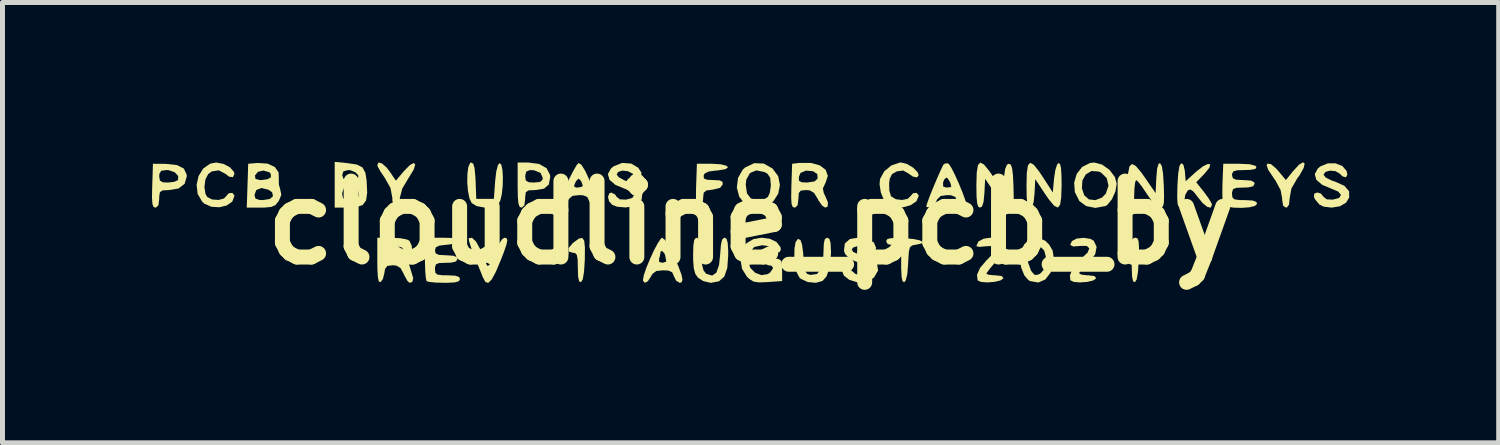
<source format=kicad_pcb>
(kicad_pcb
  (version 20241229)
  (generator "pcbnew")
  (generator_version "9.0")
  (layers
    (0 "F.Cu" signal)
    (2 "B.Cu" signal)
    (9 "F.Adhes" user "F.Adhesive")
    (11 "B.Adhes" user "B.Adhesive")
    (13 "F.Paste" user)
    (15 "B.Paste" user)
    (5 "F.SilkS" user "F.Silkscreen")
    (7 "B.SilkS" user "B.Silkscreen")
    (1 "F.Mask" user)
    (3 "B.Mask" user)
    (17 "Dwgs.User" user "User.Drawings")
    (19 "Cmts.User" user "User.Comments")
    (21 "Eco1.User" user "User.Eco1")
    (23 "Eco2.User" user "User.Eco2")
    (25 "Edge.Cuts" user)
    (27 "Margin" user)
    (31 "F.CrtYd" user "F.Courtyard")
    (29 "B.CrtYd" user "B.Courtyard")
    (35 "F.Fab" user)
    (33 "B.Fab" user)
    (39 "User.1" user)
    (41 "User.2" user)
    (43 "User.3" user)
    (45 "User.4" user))
  (footprint "cloudline_pcb_by"
    (layer "F.Cu")
    (at 12.015 1.418)
    (property "Reference" "cloudline_pcb_by" (at 0 0 0) (layer "F.SilkS") (effects (font (size 1.524 1.524) (thickness 0.3))))
    (attr through_hole)
    (fp_poly (pts (xy -3.343 0.359) (xy -3.328 0.494) (xy -3.33 0.719) (xy -3.33 0.738) (xy -3.346 0.988) (xy -3.372 1.14) (xy -3.408 1.195) (xy -3.445 1.176) (xy -3.465 1.081) (xy -3.47 0.91) (xy -3.474 0.74) (xy -3.49 0.647) (xy -3.525 0.61) (xy -3.571 0.604) (xy -3.656 0.579) (xy -3.657 0.511) (xy -3.574 0.413) (xy -3.559 0.4) (xy -3.452 0.321) (xy -3.383 0.305)) (stroke (width 0) (type solid)) (fill yes) (layer "F.SilkS"))
    (fp_poly (pts (xy 7.76 0.317) (xy 7.782 0.374) (xy 7.79 0.492) (xy 7.787 0.688) (xy 7.785 0.738) (xy 7.77 0.988) (xy 7.743 1.14) (xy 7.708 1.195) (xy 7.671 1.176) (xy 7.651 1.081) (xy 7.645 0.91) (xy 7.642 0.74) (xy 7.626 0.647) (xy 7.59 0.61) (xy 7.545 0.604) (xy 7.463 0.574) (xy 7.444 0.532) (xy 7.486 0.46) (xy 7.545 0.428) (xy 7.626 0.382) (xy 7.645 0.349) (xy 7.686 0.307) (xy 7.723 0.302)) (stroke (width 0) (type solid)) (fill yes) (layer "F.SilkS"))
    (fp_poly (pts (xy 11.114 -1.186) (xy 11.094 -1.097) (xy 11.014 -0.954) (xy 10.963 -0.884) (xy 10.848 -0.685) (xy 10.814 -0.494) (xy 10.8 -0.358) (xy 10.755 -0.304) (xy 10.738 -0.302) (xy 10.683 -0.339) (xy 10.663 -0.458) (xy 10.663 -0.484) (xy 10.632 -0.653) (xy 10.53 -0.843) (xy 10.485 -0.907) (xy 10.384 -1.06) (xy 10.351 -1.151) (xy 10.368 -1.186) (xy 10.439 -1.174) (xy 10.543 -1.085) (xy 10.584 -1.039) (xy 10.738 -0.855) (xy 10.879 -1.031) (xy 11.001 -1.163) (xy 11.082 -1.211)) (stroke (width 0) (type solid)) (fill yes) (layer "F.SilkS"))
    (fp_poly (pts (xy -7.399 -1.188) (xy -7.308 -1.107) (xy -7.245 -1.025) (xy -7.121 -0.843) (xy -6.962 -1.032) (xy -6.839 -1.157) (xy -6.761 -1.198) (xy -6.733 -1.164) (xy -6.764 -1.064) (xy -6.86 -0.906) (xy -6.864 -0.901) (xy -6.992 -0.686) (xy -7.041 -0.503) (xy -7.042 -0.478) (xy -7.058 -0.348) (xy -7.11 -0.302) (xy -7.117 -0.302) (xy -7.17 -0.336) (xy -7.192 -0.45) (xy -7.192 -0.495) (xy -7.23 -0.696) (xy -7.343 -0.897) (xy -7.43 -1.026) (xy -7.485 -1.125) (xy -7.494 -1.156) (xy -7.468 -1.208)) (stroke (width 0) (type solid)) (fill yes) (layer "F.SilkS"))
    (fp_poly (pts (xy 3.081 0.312) (xy 3.266 0.328) (xy 3.392 0.355) (xy 3.449 0.387) (xy 3.427 0.418) (xy 3.316 0.442) (xy 3.309 0.443) (xy 3.238 0.457) (xy 3.196 0.491) (xy 3.174 0.57) (xy 3.163 0.716) (xy 3.158 0.816) (xy 3.141 1.032) (xy 3.109 1.16) (xy 3.081 1.195) (xy 3.047 1.178) (xy 3.027 1.09) (xy 3.018 0.92) (xy 3.018 0.834) (xy 3.018 0.453) (xy 2.867 0.453) (xy 2.749 0.431) (xy 2.716 0.375) (xy 2.733 0.335) (xy 2.795 0.313) (xy 2.923 0.308)) (stroke (width 0) (type solid)) (fill yes) (layer "F.SilkS"))
    (fp_poly (pts (xy -5.569 -1.182) (xy -5.543 -1.096) (xy -5.527 -0.933) (xy -5.522 -0.842) (xy -5.508 -0.478) (xy -5.155 -0.478) (xy -5.13 -0.826) (xy -5.107 -1.027) (xy -5.073 -1.155) (xy -5.042 -1.195) (xy -5.006 -1.164) (xy -4.983 -1.06) (xy -4.974 -0.91) (xy -4.978 -0.74) (xy -4.995 -0.576) (xy -5.025 -0.446) (xy -5.058 -0.381) (xy -5.181 -0.319) (xy -5.345 -0.303) (xy -5.504 -0.334) (xy -5.6 -0.394) (xy -5.645 -0.488) (xy -5.675 -0.635) (xy -5.689 -0.807) (xy -5.686 -0.977) (xy -5.668 -1.116) (xy -5.632 -1.197) (xy -5.61 -1.207)) (stroke (width 0) (type solid)) (fill yes) (layer "F.SilkS"))
    (fp_poly (pts (xy -4.901 0.311) (xy -4.885 0.352) (xy -4.902 0.439) (xy -4.954 0.591) (xy -5.012 0.741) (xy -5.116 0.988) (xy -5.199 1.141) (xy -5.267 1.208) (xy -5.324 1.191) (xy -5.376 1.097) (xy -5.377 1.094) (xy -5.418 0.99) (xy -5.483 0.829) (xy -5.552 0.658) (xy -5.614 0.495) (xy -5.653 0.371) (xy -5.661 0.313) (xy -5.661 0.312) (xy -5.594 0.303) (xy -5.514 0.378) (xy -5.433 0.525) (xy -5.409 0.586) (xy -5.35 0.733) (xy -5.301 0.84) (xy -5.282 0.87) (xy -5.247 0.849) (xy -5.193 0.753) (xy -5.131 0.606) (xy -5.062 0.447) (xy -4.995 0.338) (xy -4.948 0.302)) (stroke (width 0) (type solid)) (fill yes) (layer "F.SilkS"))
    (fp_poly (pts (xy 5.677 -1.163) (xy 5.781 -1.034) (xy 5.867 -0.906) (xy 6.061 -0.606) (xy 6.086 -0.89) (xy 6.111 -1.056) (xy 6.147 -1.166) (xy 6.174 -1.195) (xy 6.205 -1.179) (xy 6.225 -1.096) (xy 6.235 -0.936) (xy 6.237 -0.759) (xy 6.23 -0.51) (xy 6.207 -0.359) (xy 6.161 -0.303) (xy 6.088 -0.339) (xy 5.983 -0.464) (xy 5.898 -0.587) (xy 5.709 -0.873) (xy 5.694 -0.587) (xy 5.676 -0.412) (xy 5.645 -0.322) (xy 5.606 -0.302) (xy 5.57 -0.321) (xy 5.547 -0.391) (xy 5.536 -0.528) (xy 5.533 -0.748) (xy 5.533 -0.754) (xy 5.539 -1) (xy 5.561 -1.149) (xy 5.606 -1.202)) (stroke (width 0) (type solid)) (fill yes) (layer "F.SilkS"))
    (fp_poly (pts (xy -0.6 -1.171) (xy -0.489 -1.143) (xy -0.457 -1.108) (xy -0.51 -1.073) (xy -0.655 -1.049) (xy -0.688 -1.047) (xy -0.846 -1.026) (xy -0.926 -0.986) (xy -0.946 -0.943) (xy -0.939 -0.886) (xy -0.875 -0.861) (xy -0.754 -0.855) (xy -0.621 -0.848) (xy -0.566 -0.818) (xy -0.563 -0.767) (xy -0.616 -0.698) (xy -0.752 -0.665) (xy -0.767 -0.663) (xy -0.891 -0.646) (xy -0.944 -0.601) (xy -0.956 -0.499) (xy -0.956 -0.475) (xy -0.972 -0.347) (xy -1.024 -0.302) (xy -1.033 -0.302) (xy -1.07 -0.317) (xy -1.092 -0.374) (xy -1.1 -0.491) (xy -1.098 -0.687) (xy -1.096 -0.742) (xy -1.081 -1.182) (xy -0.784 -1.182)) (stroke (width 0) (type solid)) (fill yes) (layer "F.SilkS"))
    (fp_poly (pts (xy 4.677 -1.169) (xy 4.783 -1.041) (xy 4.866 -0.921) (xy 5.055 -0.636) (xy 5.08 -0.909) (xy 5.105 -1.08) (xy 5.143 -1.166) (xy 5.181 -1.182) (xy 5.219 -1.162) (xy 5.244 -1.091) (xy 5.261 -0.953) (xy 5.271 -0.742) (xy 5.276 -0.53) (xy 5.272 -0.4) (xy 5.256 -0.331) (xy 5.223 -0.305) (xy 5.19 -0.302) (xy 5.103 -0.346) (xy 4.986 -0.471) (xy 4.899 -0.591) (xy 4.703 -0.88) (xy 4.688 -0.591) (xy 4.671 -0.415) (xy 4.64 -0.324) (xy 4.6 -0.302) (xy 4.564 -0.321) (xy 4.542 -0.391) (xy 4.53 -0.528) (xy 4.527 -0.748) (xy 4.527 -0.754) (xy 4.534 -1.001) (xy 4.557 -1.151) (xy 4.603 -1.206)) (stroke (width 0) (type solid)) (fill yes) (layer "F.SilkS"))
    (fp_poly (pts (xy 7.05 -1.165) (xy 7.199 -1.059) (xy 7.306 -0.917) (xy 7.343 -0.781) (xy 7.316 -0.624) (xy 7.247 -0.47) (xy 7.157 -0.359) (xy 7.115 -0.333) (xy 6.914 -0.296) (xy 6.728 -0.334) (xy 6.593 -0.434) (xy 6.503 -0.613) (xy 6.497 -0.69) (xy 6.645 -0.69) (xy 6.691 -0.55) (xy 6.784 -0.467) (xy 6.914 -0.452) (xy 7.045 -0.502) (xy 7.124 -0.582) (xy 7.178 -0.741) (xy 7.144 -0.891) (xy 7.032 -1.003) (xy 6.979 -1.027) (xy 6.835 -1.036) (xy 6.722 -0.968) (xy 6.654 -0.845) (xy 6.645 -0.69) (xy 6.497 -0.69) (xy 6.489 -0.802) (xy 6.54 -0.978) (xy 6.649 -1.118) (xy 6.805 -1.197) (xy 6.892 -1.207)) (stroke (width 0) (type solid)) (fill yes) (layer "F.SilkS"))
    (fp_poly (pts (xy -10.58 -1.179) (xy -10.45 -1.11) (xy -10.371 -1.02) (xy -10.361 -0.978) (xy -10.391 -0.913) (xy -10.468 -0.923) (xy -10.544 -0.981) (xy -10.675 -1.05) (xy -10.815 -1.028) (xy -10.886 -0.977) (xy -10.944 -0.865) (xy -10.963 -0.714) (xy -10.941 -0.574) (xy -10.904 -0.513) (xy -10.807 -0.465) (xy -10.681 -0.456) (xy -10.573 -0.484) (xy -10.53 -0.528) (xy -10.474 -0.591) (xy -10.403 -0.598) (xy -10.362 -0.548) (xy -10.361 -0.536) (xy -10.404 -0.422) (xy -10.515 -0.345) (xy -10.664 -0.309) (xy -10.823 -0.319) (xy -10.965 -0.382) (xy -11.006 -0.418) (xy -11.099 -0.577) (xy -11.12 -0.759) (xy -11.08 -0.937) (xy -10.986 -1.087) (xy -10.847 -1.184) (xy -10.727 -1.207)) (stroke (width 0) (type solid)) (fill yes) (layer "F.SilkS"))
    (fp_poly (pts (xy 5.906 0.361) (xy 5.987 0.44) (xy 6.058 0.56) (xy 6.078 0.696) (xy 6.071 0.803) (xy 6.015 1.005) (xy 5.909 1.141) (xy 5.769 1.201) (xy 5.609 1.173) (xy 5.574 1.155) (xy 5.49 1.059) (xy 5.427 0.905) (xy 5.405 0.778) (xy 5.557 0.778) (xy 5.623 0.962) (xy 5.646 0.993) (xy 5.695 1.047) (xy 5.748 1.047) (xy 5.804 1.026) (xy 5.871 0.954) (xy 5.912 0.823) (xy 5.919 0.676) (xy 5.888 0.559) (xy 5.797 0.468) (xy 5.691 0.463) (xy 5.601 0.542) (xy 5.58 0.585) (xy 5.557 0.778) (xy 5.405 0.778) (xy 5.397 0.734) (xy 5.406 0.613) (xy 5.488 0.434) (xy 5.612 0.328) (xy 5.758 0.302)) (stroke (width 0) (type solid)) (fill yes) (layer "F.SilkS"))
    (fp_poly (pts (xy -0.486 0.324) (xy -0.463 0.404) (xy -0.453 0.559) (xy -0.453 0.654) (xy -0.471 0.909) (xy -0.53 1.08) (xy -0.637 1.176) (xy -0.797 1.207) (xy -0.805 1.207) (xy -0.952 1.173) (xy -1.056 1.107) (xy -1.112 1.03) (xy -1.143 0.922) (xy -1.156 0.756) (xy -1.157 0.654) (xy -1.152 0.461) (xy -1.136 0.351) (xy -1.103 0.306) (xy -1.084 0.302) (xy -1.041 0.329) (xy -1.014 0.421) (xy -0.998 0.593) (xy -0.996 0.636) (xy -0.979 0.836) (xy -0.948 0.958) (xy -0.897 1.023) (xy -0.893 1.026) (xy -0.776 1.062) (xy -0.691 1.004) (xy -0.637 0.852) (xy -0.614 0.636) (xy -0.599 0.446) (xy -0.575 0.34) (xy -0.535 0.303) (xy -0.526 0.302)) (stroke (width 0) (type solid)) (fill yes) (layer "F.SilkS"))
    (fp_poly (pts (xy 1.578 0.325) (xy 1.601 0.406) (xy 1.609 0.565) (xy 1.61 0.607) (xy 1.587 0.887) (xy 1.519 1.081) (xy 1.439 1.169) (xy 1.304 1.207) (xy 1.143 1.191) (xy 1.004 1.127) (xy 0.976 1.101) (xy 0.924 1.001) (xy 0.89 0.851) (xy 0.874 0.682) (xy 0.877 0.519) (xy 0.899 0.392) (xy 0.943 0.329) (xy 0.956 0.327) (xy 0.999 0.353) (xy 1.029 0.44) (xy 1.051 0.607) (xy 1.056 0.679) (xy 1.072 0.864) (xy 1.093 0.972) (xy 1.128 1.025) (xy 1.186 1.046) (xy 1.204 1.048) (xy 1.329 1.03) (xy 1.411 0.931) (xy 1.452 0.745) (xy 1.459 0.594) (xy 1.465 0.422) (xy 1.486 0.331) (xy 1.529 0.302) (xy 1.534 0.302)) (stroke (width 0) (type solid)) (fill yes) (layer "F.SilkS"))
    (fp_poly (pts (xy 6.815 0.325) (xy 6.881 0.362) (xy 6.94 0.485) (xy 6.912 0.631) (xy 6.8 0.786) (xy 6.765 0.818) (xy 6.66 0.919) (xy 6.597 0.995) (xy 6.589 1.015) (xy 6.633 1.042) (xy 6.743 1.056) (xy 6.769 1.056) (xy 6.897 1.071) (xy 6.93 1.114) (xy 6.929 1.119) (xy 6.869 1.161) (xy 6.749 1.189) (xy 6.607 1.199) (xy 6.482 1.189) (xy 6.413 1.156) (xy 6.413 1.156) (xy 6.404 1.058) (xy 6.457 0.926) (xy 6.553 0.791) (xy 6.642 0.71) (xy 6.759 0.6) (xy 6.793 0.515) (xy 6.743 0.467) (xy 6.619 0.467) (xy 6.469 0.478) (xy 6.41 0.446) (xy 6.443 0.371) (xy 6.445 0.369) (xy 6.54 0.319) (xy 6.68 0.304)) (stroke (width 0) (type solid)) (fill yes) (layer "F.SilkS"))
    (fp_poly (pts (xy 8.681 -1.163) (xy 8.709 -1.045) (xy 8.711 -1.022) (xy 8.727 -0.832) (xy 8.938 -1.024) (xy 9.077 -1.132) (xy 9.175 -1.179) (xy 9.221 -1.168) (xy 9.202 -1.102) (xy 9.107 -0.984) (xy 9.101 -0.978) (xy 8.939 -0.811) (xy 9.097 -0.612) (xy 9.188 -0.487) (xy 9.245 -0.389) (xy 9.255 -0.357) (xy 9.228 -0.301) (xy 9.158 -0.318) (xy 9.063 -0.397) (xy 8.978 -0.503) (xy 8.885 -0.623) (xy 8.821 -0.666) (xy 8.77 -0.648) (xy 8.719 -0.559) (xy 8.701 -0.447) (xy 8.678 -0.331) (xy 8.624 -0.302) (xy 8.587 -0.317) (xy 8.565 -0.374) (xy 8.557 -0.492) (xy 8.56 -0.688) (xy 8.561 -0.738) (xy 8.576 -0.978) (xy 8.601 -1.132) (xy 8.635 -1.194)) (stroke (width 0) (type solid)) (fill yes) (layer "F.SilkS"))
    (fp_poly (pts (xy -4.245 -1.177) (xy -4.097 -1.092) (xy -4.028 -0.959) (xy -4.024 -0.913) (xy -4.053 -0.765) (xy -4.148 -0.682) (xy -4.321 -0.654) (xy -4.336 -0.654) (xy -4.46 -0.648) (xy -4.514 -0.611) (xy -4.527 -0.516) (xy -4.527 -0.478) (xy -4.543 -0.348) (xy -4.595 -0.302) (xy -4.602 -0.302) (xy -4.639 -0.319) (xy -4.662 -0.384) (xy -4.674 -0.512) (xy -4.678 -0.722) (xy -4.678 -0.754) (xy -4.678 -0.93) (xy -4.527 -0.93) (xy -4.514 -0.845) (xy -4.454 -0.811) (xy -4.351 -0.805) (xy -4.228 -0.817) (xy -4.179 -0.861) (xy -4.175 -0.9) (xy -4.219 -0.999) (xy -4.345 -1.05) (xy -4.43 -1.056) (xy -4.507 -1.024) (xy -4.527 -0.93) (xy -4.678 -0.93) (xy -4.678 -1.207) (xy -4.462 -1.207)) (stroke (width 0) (type solid)) (fill yes) (layer "F.SilkS"))
    (fp_poly (pts (xy 0.26 -1.186) (xy 0.436 -1.087) (xy 0.55 -0.933) (xy 0.585 -0.757) (xy 0.551 -0.582) (xy 0.456 -0.432) (xy 0.309 -0.332) (xy 0.155 -0.303) (xy 0.008 -0.322) (xy -0.105 -0.366) (xy -0.111 -0.37) (xy -0.231 -0.519) (xy -0.28 -0.705) (xy -0.272 -0.766) (xy -0.101 -0.766) (xy -0.076 -0.586) (xy 0.003 -0.485) (xy 0.145 -0.453) (xy 0.151 -0.453) (xy 0.274 -0.475) (xy 0.342 -0.513) (xy 0.382 -0.6) (xy 0.402 -0.737) (xy 0.402 -0.766) (xy 0.389 -0.904) (xy 0.335 -0.982) (xy 0.277 -1.015) (xy 0.111 -1.049) (xy -0.016 -0.996) (xy -0.089 -0.866) (xy -0.101 -0.766) (xy -0.272 -0.766) (xy -0.256 -0.898) (xy -0.161 -1.064) (xy -0.115 -1.106) (xy 0.069 -1.194)) (stroke (width 0) (type solid)) (fill yes) (layer "F.SilkS"))
    (fp_poly (pts (xy -11.737 -1.18) (xy -11.514 -1.156) (xy -11.376 -1.085) (xy -11.319 -0.965) (xy -11.317 -0.928) (xy -11.36 -0.78) (xy -11.482 -0.686) (xy -11.673 -0.654) (xy -11.8 -0.648) (xy -11.856 -0.614) (xy -11.87 -0.525) (xy -11.87 -0.478) (xy -11.886 -0.349) (xy -11.937 -0.302) (xy -11.948 -0.302) (xy -11.985 -0.317) (xy -12.006 -0.374) (xy -12.015 -0.491) (xy -12.012 -0.687) (xy -12.01 -0.742) (xy -12.004 -0.93) (xy -11.87 -0.93) (xy -11.857 -0.845) (xy -11.796 -0.81) (xy -11.697 -0.805) (xy -11.571 -0.819) (xy -11.495 -0.853) (xy -11.492 -0.857) (xy -11.489 -0.938) (xy -11.56 -1.011) (xy -11.678 -1.053) (xy -11.725 -1.056) (xy -11.83 -1.041) (xy -11.867 -0.979) (xy -11.87 -0.93) (xy -12.004 -0.93) (xy -11.996 -1.182)) (stroke (width 0) (type solid)) (fill yes) (layer "F.SilkS"))
    (fp_poly (pts (xy 3.136 -1.177) (xy 3.258 -1.104) (xy 3.347 -1.014) (xy 3.37 -0.954) (xy 3.336 -0.908) (xy 3.254 -0.925) (xy 3.159 -0.99) (xy 3.059 -1.046) (xy 2.936 -1.03) (xy 2.928 -1.027) (xy 2.833 -0.973) (xy 2.788 -0.879) (xy 2.776 -0.788) (xy 2.78 -0.644) (xy 2.812 -0.536) (xy 2.82 -0.525) (xy 2.912 -0.47) (xy 3.036 -0.455) (xy 3.148 -0.478) (xy 3.201 -0.528) (xy 3.257 -0.591) (xy 3.328 -0.598) (xy 3.369 -0.548) (xy 3.37 -0.536) (xy 3.325 -0.431) (xy 3.211 -0.352) (xy 3.057 -0.308) (xy 2.892 -0.308) (xy 2.758 -0.354) (xy 2.673 -0.451) (xy 2.61 -0.605) (xy 2.584 -0.773) (xy 2.594 -0.876) (xy 2.678 -1.03) (xy 2.823 -1.15) (xy 2.991 -1.206) (xy 3.015 -1.207)) (stroke (width 0) (type solid)) (fill yes) (layer "F.SilkS"))
    (fp_poly (pts (xy 4.936 0.324) (xy 5.024 0.392) (xy 5.028 0.399) (xy 5.07 0.498) (xy 5.065 0.582) (xy 5.004 0.682) (xy 4.904 0.798) (xy 4.804 0.914) (xy 4.741 0.999) (xy 4.728 1.025) (xy 4.772 1.045) (xy 4.882 1.056) (xy 4.908 1.056) (xy 5.036 1.071) (xy 5.069 1.114) (xy 5.068 1.119) (xy 5.009 1.16) (xy 4.889 1.188) (xy 4.747 1.199) (xy 4.622 1.19) (xy 4.553 1.159) (xy 4.553 1.159) (xy 4.539 1.047) (xy 4.603 0.904) (xy 4.735 0.75) (xy 4.764 0.723) (xy 4.88 0.599) (xy 4.907 0.512) (xy 4.847 0.468) (xy 4.703 0.474) (xy 4.697 0.476) (xy 4.584 0.486) (xy 4.528 0.47) (xy 4.527 0.465) (xy 4.569 0.377) (xy 4.675 0.321) (xy 4.808 0.302)) (stroke (width 0) (type solid)) (fill yes) (layer "F.SilkS"))
    (fp_poly (pts (xy 8.249 -1.132) (xy 8.274 -0.974) (xy 8.288 -0.738) (xy 8.293 -0.527) (xy 8.289 -0.397) (xy 8.272 -0.329) (xy 8.239 -0.304) (xy 8.213 -0.302) (xy 8.134 -0.345) (xy 8.028 -0.462) (xy 7.947 -0.578) (xy 7.851 -0.72) (xy 7.774 -0.82) (xy 7.733 -0.855) (xy 7.713 -0.809) (xy 7.699 -0.692) (xy 7.695 -0.578) (xy 7.689 -0.413) (xy 7.666 -0.327) (xy 7.621 -0.302) (xy 7.618 -0.302) (xy 7.581 -0.317) (xy 7.559 -0.374) (xy 7.551 -0.491) (xy 7.553 -0.687) (xy 7.555 -0.742) (xy 7.57 -0.984) (xy 7.599 -1.129) (xy 7.65 -1.178) (xy 7.728 -1.135) (xy 7.84 -1.002) (xy 7.921 -0.887) (xy 8.123 -0.593) (xy 8.138 -0.903) (xy 8.155 -1.09) (xy 8.184 -1.182) (xy 8.213 -1.194)) (stroke (width 0) (type solid)) (fill yes) (layer "F.SilkS"))
    (fp_poly (pts (xy -8.095 -1.195) (xy -7.904 -1.166) (xy -7.791 -1.108) (xy -7.733 -1.002) (xy -7.708 -0.843) (xy -7.697 -0.604) (xy -7.719 -0.447) (xy -7.787 -0.355) (xy -7.913 -0.312) (xy -8.107 -0.302) (xy -8.349 -0.302) (xy -8.349 -0.578) (xy -8.198 -0.578) (xy -8.182 -0.489) (xy -8.114 -0.456) (xy -8.046 -0.453) (xy -7.917 -0.479) (xy -7.863 -0.533) (xy -7.871 -0.623) (xy -7.961 -0.684) (xy -8.085 -0.703) (xy -8.172 -0.68) (xy -8.198 -0.591) (xy -8.198 -0.578) (xy -8.349 -0.578) (xy -8.349 -0.956) (xy -8.198 -0.956) (xy -8.173 -0.88) (xy -8.08 -0.856) (xy -8.056 -0.855) (xy -7.941 -0.866) (xy -7.88 -0.888) (xy -7.874 -0.948) (xy -7.934 -1.011) (xy -8.033 -1.052) (xy -8.079 -1.056) (xy -8.174 -1.03) (xy -8.198 -0.956) (xy -8.349 -0.956) (xy -8.349 -1.22)) (stroke (width 0) (type solid)) (fill yes) (layer "F.SilkS"))
    (fp_poly (pts (xy 11.735 -1.19) (xy 11.871 -1.136) (xy 11.956 -1.038) (xy 11.971 -0.964) (xy 11.943 -0.91) (xy 11.874 -0.929) (xy 11.818 -0.983) (xy 11.732 -1.034) (xy 11.623 -1.044) (xy 11.529 -1.018) (xy 11.493 -0.961) (xy 11.538 -0.905) (xy 11.656 -0.846) (xy 11.731 -0.821) (xy 11.912 -0.739) (xy 12.006 -0.63) (xy 12.008 -0.504) (xy 11.944 -0.4) (xy 11.822 -0.329) (xy 11.656 -0.302) (xy 11.493 -0.322) (xy 11.409 -0.365) (xy 11.326 -0.463) (xy 11.3 -0.516) (xy 11.308 -0.583) (xy 11.369 -0.606) (xy 11.443 -0.582) (xy 11.487 -0.525) (xy 11.555 -0.468) (xy 11.681 -0.462) (xy 11.807 -0.497) (xy 11.843 -0.556) (xy 11.789 -0.623) (xy 11.663 -0.677) (xy 11.466 -0.759) (xy 11.348 -0.861) (xy 11.317 -0.974) (xy 11.378 -1.086) (xy 11.429 -1.129) (xy 11.578 -1.19)) (stroke (width 0) (type solid)) (fill yes) (layer "F.SilkS"))
    (fp_poly (pts (xy -2.401 -1.186) (xy -2.258 -1.102) (xy -2.193 -1.002) (xy -2.202 -0.934) (xy -2.267 -0.921) (xy -2.359 -0.976) (xy -2.463 -1.032) (xy -2.577 -1.045) (xy -2.664 -1.016) (xy -2.691 -0.964) (xy -2.647 -0.911) (xy -2.535 -0.849) (xy -2.439 -0.813) (xy -2.286 -0.753) (xy -2.206 -0.693) (xy -2.174 -0.611) (xy -2.173 -0.597) (xy -2.191 -0.465) (xy -2.239 -0.384) (xy -2.353 -0.327) (xy -2.516 -0.305) (xy -2.682 -0.32) (xy -2.779 -0.356) (xy -2.844 -0.429) (xy -2.865 -0.52) (xy -2.838 -0.589) (xy -2.797 -0.604) (xy -2.72 -0.563) (xy -2.697 -0.525) (xy -2.629 -0.468) (xy -2.503 -0.462) (xy -2.377 -0.497) (xy -2.341 -0.556) (xy -2.394 -0.623) (xy -2.52 -0.677) (xy -2.718 -0.759) (xy -2.835 -0.861) (xy -2.867 -0.974) (xy -2.806 -1.086) (xy -2.755 -1.129) (xy -2.581 -1.199)) (stroke (width 0) (type solid)) (fill yes) (layer "F.SilkS"))
    (fp_poly (pts (xy -1.723 0.345) (xy -1.646 0.459) (xy -1.563 0.621) (xy -1.557 0.635) (xy -1.451 0.879) (xy -1.39 1.046) (xy -1.37 1.148) (xy -1.39 1.198) (xy -1.427 1.207) (xy -1.498 1.164) (xy -1.539 1.081) (xy -1.577 0.996) (xy -1.655 0.961) (xy -1.758 0.956) (xy -1.895 0.97) (xy -1.973 1.028) (xy -2.003 1.081) (xy -2.065 1.175) (xy -2.126 1.207) (xy -2.161 1.167) (xy -2.163 1.144) (xy -2.144 1.045) (xy -2.092 0.897) (xy -2.021 0.725) (xy -1.841 0.725) (xy -1.837 0.79) (xy -1.77 0.805) (xy -1.696 0.782) (xy -1.696 0.703) (xy -1.733 0.617) (xy -1.779 0.567) (xy -1.808 0.577) (xy -1.811 0.596) (xy -1.827 0.684) (xy -1.841 0.725) (xy -2.021 0.725) (xy -2.021 0.725) (xy -1.942 0.554) (xy -1.865 0.411) (xy -1.804 0.32) (xy -1.778 0.302)) (stroke (width 0) (type solid)) (fill yes) (layer "F.SilkS"))
    (fp_poly (pts (xy 2.343 0.327) (xy 2.47 0.398) (xy 2.515 0.505) (xy 2.491 0.59) (xy 2.428 0.587) (xy 2.362 0.526) (xy 2.272 0.475) (xy 2.155 0.466) (xy 2.057 0.498) (xy 2.025 0.538) (xy 2.057 0.588) (xy 2.167 0.638) (xy 2.222 0.655) (xy 2.424 0.733) (xy 2.536 0.837) (xy 2.555 0.959) (xy 2.478 1.092) (xy 2.465 1.107) (xy 2.318 1.187) (xy 2.132 1.195) (xy 1.977 1.147) (xy 1.868 1.062) (xy 1.829 0.963) (xy 1.864 0.884) (xy 1.925 0.868) (xy 1.996 0.94) (xy 1.998 0.943) (xy 2.107 1.033) (xy 2.239 1.051) (xy 2.354 0.992) (xy 2.363 0.982) (xy 2.39 0.924) (xy 2.343 0.879) (xy 2.281 0.852) (xy 2.077 0.766) (xy 1.953 0.694) (xy 1.889 0.622) (xy 1.87 0.561) (xy 1.888 0.418) (xy 1.988 0.329) (xy 2.147 0.302)) (stroke (width 0) (type solid)) (fill yes) (layer "F.SilkS"))
    (fp_poly (pts (xy -3.399 -1.163) (xy -3.322 -1.039) (xy -3.223 -0.822) (xy -3.213 -0.797) (xy -3.135 -0.608) (xy -3.072 -0.454) (xy -3.033 -0.359) (xy -3.026 -0.342) (xy -3.053 -0.31) (xy -3.109 -0.302) (xy -3.202 -0.347) (xy -3.24 -0.428) (xy -3.28 -0.515) (xy -3.364 -0.549) (xy -3.448 -0.553) (xy -3.578 -0.537) (xy -3.649 -0.476) (xy -3.672 -0.428) (xy -3.733 -0.334) (xy -3.796 -0.302) (xy -3.864 -0.31) (xy -3.873 -0.317) (xy -3.852 -0.399) (xy -3.799 -0.537) (xy -3.725 -0.706) (xy -3.713 -0.732) (xy -3.549 -0.732) (xy -3.51 -0.706) (xy -3.472 -0.704) (xy -3.39 -0.72) (xy -3.371 -0.742) (xy -3.395 -0.813) (xy -3.416 -0.849) (xy -3.458 -0.885) (xy -3.504 -0.834) (xy -3.517 -0.812) (xy -3.549 -0.732) (xy -3.713 -0.732) (xy -3.642 -0.882) (xy -3.561 -1.039) (xy -3.495 -1.153) (xy -3.457 -1.197)) (stroke (width 0) (type solid)) (fill yes) (layer "F.SilkS"))
    (fp_poly (pts (xy 0.382 0.323) (xy 0.516 0.387) (xy 0.594 0.488) (xy 0.604 0.545) (xy 0.57 0.597) (xy 0.501 0.594) (xy 0.44 0.541) (xy 0.434 0.528) (xy 0.362 0.471) (xy 0.23 0.453) (xy 0.07 0.488) (xy -0.022 0.595) (xy -0.05 0.769) (xy -0.011 0.905) (xy 0.088 1.005) (xy 0.215 1.053) (xy 0.342 1.032) (xy 0.392 0.996) (xy 0.449 0.91) (xy 0.414 0.863) (xy 0.352 0.855) (xy 0.269 0.822) (xy 0.251 0.777) (xy 0.277 0.725) (xy 0.367 0.71) (xy 0.44 0.714) (xy 0.557 0.728) (xy 0.612 0.767) (xy 0.628 0.858) (xy 0.629 0.95) (xy 0.629 1.171) (xy 0.34 1.192) (xy 0.168 1.199) (xy 0.058 1.183) (xy -0.025 1.133) (xy -0.075 1.087) (xy -0.175 0.926) (xy -0.208 0.733) (xy -0.173 0.546) (xy -0.085 0.411) (xy 0.054 0.33) (xy 0.219 0.302)) (stroke (width 0) (type solid)) (fill yes) (layer "F.SilkS"))
    (fp_poly (pts (xy 3.98 -1.17) (xy 4.029 -1.094) (xy 4.099 -0.955) (xy 4.176 -0.783) (xy 4.248 -0.608) (xy 4.302 -0.46) (xy 4.325 -0.37) (xy 4.326 -0.366) (xy 4.298 -0.306) (xy 4.236 -0.31) (xy 4.172 -0.367) (xy 4.145 -0.428) (xy 4.104 -0.516) (xy 4.018 -0.55) (xy 3.942 -0.553) (xy 3.812 -0.536) (xy 3.742 -0.471) (xy 3.722 -0.428) (xy 3.661 -0.334) (xy 3.597 -0.302) (xy 3.53 -0.315) (xy 3.521 -0.326) (xy 3.54 -0.392) (xy 3.588 -0.524) (xy 3.655 -0.691) (xy 3.703 -0.805) (xy 3.858 -0.805) (xy 3.861 -0.724) (xy 3.928 -0.704) (xy 4.007 -0.713) (xy 4.024 -0.725) (xy 4.002 -0.807) (xy 3.955 -0.884) (xy 3.924 -0.905) (xy 3.881 -0.864) (xy 3.858 -0.805) (xy 3.703 -0.805) (xy 3.73 -0.869) (xy 3.8 -1.028) (xy 3.853 -1.141) (xy 3.877 -1.179) (xy 3.947 -1.194)) (stroke (width 0) (type solid)) (fill yes) (layer "F.SilkS"))
    (fp_poly (pts (xy -9.697 -1.185) (xy -9.552 -1.118) (xy -9.475 -1.011) (xy -9.471 -0.917) (xy -9.47 -0.77) (xy -9.443 -0.672) (xy -9.42 -0.558) (xy -9.47 -0.438) (xy -9.475 -0.43) (xy -9.538 -0.354) (xy -9.62 -0.316) (xy -9.756 -0.303) (xy -9.836 -0.302) (xy -10.114 -0.302) (xy -10.105 -0.555) (xy -9.959 -0.555) (xy -9.939 -0.484) (xy -9.862 -0.456) (xy -9.788 -0.453) (xy -9.649 -0.476) (xy -9.588 -0.53) (xy -9.604 -0.61) (xy -9.68 -0.662) (xy -9.822 -0.695) (xy -9.922 -0.655) (xy -9.959 -0.555) (xy -10.105 -0.555) (xy -10.099 -0.742) (xy -10.092 -0.943) (xy -9.949 -0.943) (xy -9.938 -0.879) (xy -9.857 -0.856) (xy -9.815 -0.855) (xy -9.696 -0.872) (xy -9.628 -0.911) (xy -9.633 -0.982) (xy -9.663 -1.012) (xy -9.779 -1.046) (xy -9.888 -1.021) (xy -9.949 -0.947) (xy -9.949 -0.943) (xy -10.092 -0.943) (xy -10.085 -1.182) (xy -9.892 -1.198)) (stroke (width 0) (type solid)) (fill yes) (layer "F.SilkS"))
    (fp_poly (pts (xy 10.013 -1.172) (xy 10.127 -1.141) (xy 10.147 -1.119) (xy 10.127 -1.079) (xy 10.025 -1.059) (xy 9.913 -1.056) (xy 9.76 -1.051) (xy 9.684 -1.029) (xy 9.658 -0.981) (xy 9.657 -0.956) (xy 9.672 -0.893) (xy 9.733 -0.863) (xy 9.867 -0.855) (xy 9.883 -0.855) (xy 10.033 -0.845) (xy 10.1 -0.812) (xy 10.11 -0.78) (xy 10.08 -0.73) (xy 9.979 -0.707) (xy 9.883 -0.704) (xy 9.744 -0.699) (xy 9.678 -0.673) (xy 9.658 -0.612) (xy 9.657 -0.578) (xy 9.665 -0.504) (xy 9.707 -0.467) (xy 9.808 -0.454) (xy 9.909 -0.453) (xy 10.067 -0.445) (xy 10.144 -0.417) (xy 10.16 -0.377) (xy 10.115 -0.335) (xy 10.002 -0.308) (xy 9.852 -0.297) (xy 9.694 -0.301) (xy 9.561 -0.321) (xy 9.484 -0.358) (xy 9.477 -0.369) (xy 9.466 -0.45) (xy 9.462 -0.601) (xy 9.465 -0.79) (xy 9.466 -0.809) (xy 9.481 -1.182) (xy 9.804 -1.182)) (stroke (width 0) (type solid)) (fill yes) (layer "F.SilkS"))
    (fp_poly (pts (xy -7.033 0.312) (xy -6.902 0.337) (xy -6.85 0.362) (xy -6.802 0.466) (xy -6.794 0.603) (xy -6.827 0.717) (xy -6.842 0.735) (xy -6.862 0.82) (xy -6.818 0.965) (xy -6.773 1.113) (xy -6.792 1.191) (xy -6.848 1.207) (xy -6.892 1.165) (xy -6.949 1.062) (xy -6.963 1.031) (xy -7.028 0.911) (xy -7.11 0.862) (xy -7.187 0.855) (xy -7.293 0.868) (xy -7.339 0.929) (xy -7.353 1.015) (xy -7.382 1.131) (xy -7.429 1.194) (xy -7.431 1.195) (xy -7.463 1.179) (xy -7.482 1.096) (xy -7.492 0.936) (xy -7.494 0.759) (xy -7.494 0.55) (xy -7.343 0.55) (xy -7.328 0.617) (xy -7.263 0.647) (xy -7.138 0.654) (xy -7.007 0.646) (xy -6.953 0.616) (xy -6.95 0.566) (xy -7.004 0.497) (xy -7.14 0.464) (xy -7.155 0.462) (xy -7.28 0.46) (xy -7.333 0.489) (xy -7.343 0.55) (xy -7.494 0.55) (xy -7.494 0.302) (xy -7.203 0.302)) (stroke (width 0) (type solid)) (fill yes) (layer "F.SilkS"))
    (fp_poly (pts (xy -5.987 0.307) (xy -5.878 0.324) (xy -5.845 0.355) (xy -5.847 0.365) (xy -5.906 0.406) (xy -6.032 0.436) (xy -6.102 0.443) (xy -6.249 0.46) (xy -6.319 0.493) (xy -6.337 0.554) (xy -6.337 0.556) (xy -6.322 0.617) (xy -6.258 0.646) (xy -6.12 0.654) (xy -6.111 0.654) (xy -5.962 0.664) (xy -5.894 0.697) (xy -5.885 0.729) (xy -5.914 0.779) (xy -6.015 0.802) (xy -6.111 0.805) (xy -6.251 0.81) (xy -6.317 0.836) (xy -6.337 0.897) (xy -6.337 0.93) (xy -6.329 1.005) (xy -6.288 1.042) (xy -6.187 1.055) (xy -6.086 1.056) (xy -5.928 1.064) (xy -5.851 1.092) (xy -5.834 1.132) (xy -5.857 1.174) (xy -5.936 1.198) (xy -6.091 1.207) (xy -6.153 1.207) (xy -6.324 1.202) (xy -6.452 1.189) (xy -6.505 1.174) (xy -6.52 1.111) (xy -6.532 0.974) (xy -6.538 0.788) (xy -6.539 0.721) (xy -6.539 0.302) (xy -6.182 0.302)) (stroke (width 0) (type solid)) (fill yes) (layer "F.SilkS"))
    (fp_poly (pts (xy 1.385 -1.15) (xy 1.503 -1.06) (xy 1.546 -0.94) (xy 1.501 -0.8) (xy 1.496 -0.792) (xy 1.447 -0.688) (xy 1.465 -0.593) (xy 1.487 -0.551) (xy 1.549 -0.406) (xy 1.542 -0.321) (xy 1.493 -0.302) (xy 1.431 -0.343) (xy 1.359 -0.446) (xy 1.343 -0.478) (xy 1.269 -0.598) (xy 1.182 -0.648) (xy 1.107 -0.654) (xy 1.005 -0.644) (xy 0.964 -0.595) (xy 0.956 -0.478) (xy 0.94 -0.349) (xy 0.889 -0.302) (xy 0.878 -0.302) (xy 0.841 -0.317) (xy 0.819 -0.374) (xy 0.811 -0.491) (xy 0.814 -0.687) (xy 0.815 -0.742) (xy 0.821 -0.918) (xy 0.965 -0.918) (xy 0.967 -0.842) (xy 1.02 -0.811) (xy 1.13 -0.805) (xy 1.281 -0.828) (xy 1.342 -0.885) (xy 1.335 -0.975) (xy 1.25 -1.033) (xy 1.108 -1.044) (xy 1.107 -1.044) (xy 0.999 -0.999) (xy 0.965 -0.918) (xy 0.821 -0.918) (xy 0.83 -1.182) (xy 0.976 -1.199) (xy 1.206 -1.199)) (stroke (width 0) (type solid)) (fill yes) (layer "F.SilkS")))
  (gr_rect
    (start -3 -3)
    (end 27.023 5.836)
    (stroke (width 0.1) (type default))
    (fill no)
    (layer "Edge.Cuts")))
</source>
